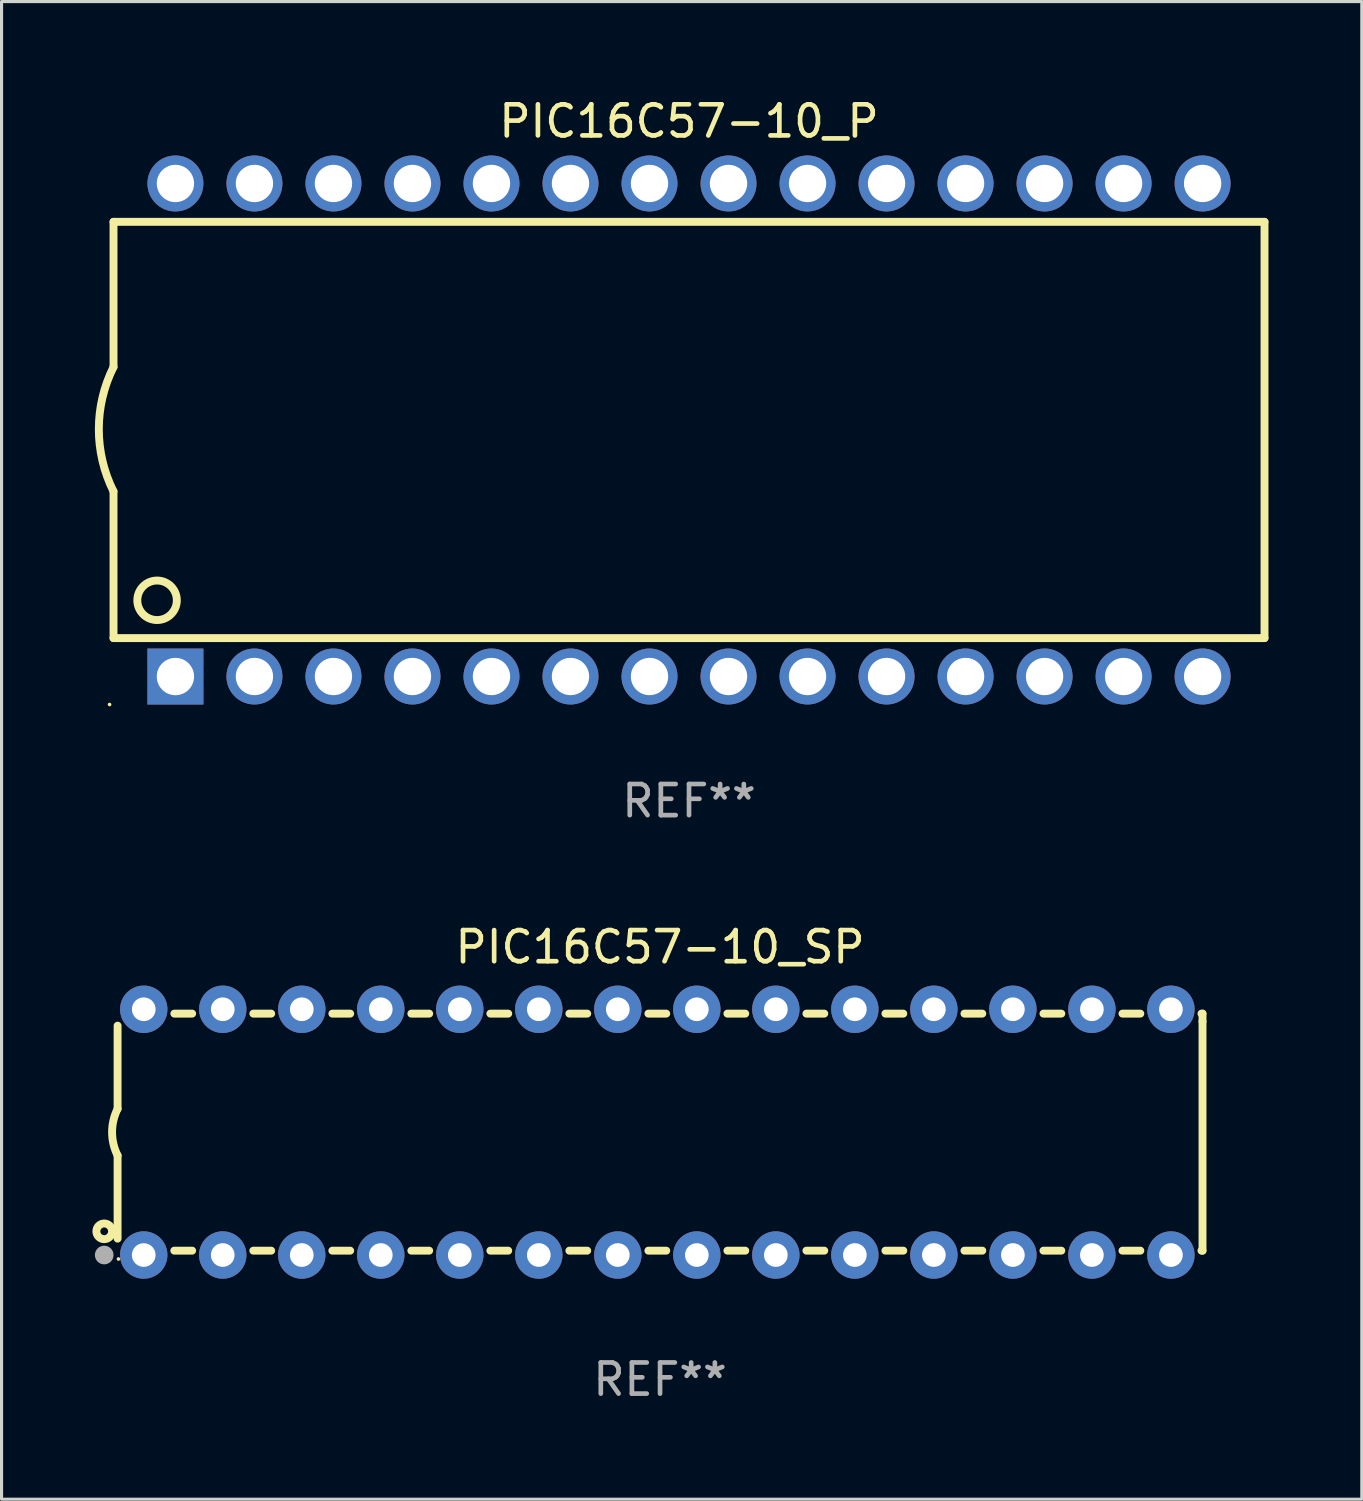
<source format=kicad_pcb>
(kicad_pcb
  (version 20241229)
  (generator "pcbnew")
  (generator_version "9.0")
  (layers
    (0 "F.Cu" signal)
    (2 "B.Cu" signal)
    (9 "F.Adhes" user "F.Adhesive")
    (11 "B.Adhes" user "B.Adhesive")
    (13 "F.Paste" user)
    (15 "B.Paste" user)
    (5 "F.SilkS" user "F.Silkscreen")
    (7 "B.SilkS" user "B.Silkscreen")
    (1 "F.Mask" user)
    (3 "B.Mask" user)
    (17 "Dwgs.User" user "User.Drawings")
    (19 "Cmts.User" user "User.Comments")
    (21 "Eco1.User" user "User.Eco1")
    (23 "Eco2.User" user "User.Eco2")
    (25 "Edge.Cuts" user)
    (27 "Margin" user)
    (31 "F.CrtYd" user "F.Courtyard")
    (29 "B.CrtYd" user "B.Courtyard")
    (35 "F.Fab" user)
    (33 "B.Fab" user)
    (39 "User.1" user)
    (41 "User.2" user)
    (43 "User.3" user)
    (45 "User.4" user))
  (footprint "PIC16C57-10_P"
    (layer "F.Cu")
    (at 19.099 10.773)
    (property "Reference" "PIC16C57-10_P" (at 0 -9.925 0) (layer "F.SilkS") (effects (font (size 1 1) (thickness 0.15))))
    (attr through_hole)
    (fp_line (start -18.5 -6.692) (end -18.5 -2.026) (stroke (width 0.254) (type solid)) (layer "F.SilkS"))
    (fp_line (start -18.5 6.689) (end -18.5 1.974) (stroke (width 0.254) (type solid)) (layer "F.SilkS"))
    (fp_line (start -18.5 6.689) (end 18.5 6.689) (stroke (width 0.254) (type solid)) (layer "F.SilkS"))
    (fp_line (start 18.5 -6.692) (end -18.5 -6.692) (stroke (width 0.254) (type solid)) (layer "F.SilkS"))
    (fp_line (start 18.5 6.689) (end 18.5 -6.692) (stroke (width 0.254) (type solid)) (layer "F.SilkS"))
    (fp_arc (start -18.500051 1.974346) (mid -18.972187 -0.025654) (end -18.500051 -2.025654) (stroke (width 0.254001) (type solid)) (layer "F.SilkS"))
    (fp_circle (center -18.627 8.824) (end -18.597 8.824) (stroke (width 0.06) (type solid)) (fill no) (layer "F.SilkS"))
    (fp_circle (center -17.1 5.474) (end -16.465 5.474) (stroke (width 0.254) (type solid)) (fill no) (layer "F.SilkS"))
    (fp_text user "REF**" (at 0 11.925 0) (layer "F.Fab") (effects (font (size 1 1) (thickness 0.15))))
    (pad "1" thru_hole rect (at -16.51 7.925) (size 1.8 1.8) (drill 1.2) (layers "*.Cu" "*.Mask"))
    (pad "2" thru_hole circle (at -13.97 7.924) (size 1.8 1.8) (drill 1.2) (layers "*.Cu" "*.Mask"))
    (pad "3" thru_hole circle (at -11.43 7.924) (size 1.8 1.8) (drill 1.2) (layers "*.Cu" "*.Mask"))
    (pad "4" thru_hole circle (at -8.89 7.924) (size 1.8 1.8) (drill 1.2) (layers "*.Cu" "*.Mask"))
    (pad "5" thru_hole circle (at -6.35 7.924) (size 1.8 1.8) (drill 1.2) (layers "*.Cu" "*.Mask"))
    (pad "6" thru_hole circle (at -3.81 7.924) (size 1.8 1.8) (drill 1.2) (layers "*.Cu" "*.Mask"))
    (pad "7" thru_hole circle (at -1.27 7.924) (size 1.8 1.8) (drill 1.2) (layers "*.Cu" "*.Mask"))
    (pad "8" thru_hole circle (at 1.27 7.924) (size 1.8 1.8) (drill 1.2) (layers "*.Cu" "*.Mask"))
    (pad "9" thru_hole circle (at 3.81 7.924) (size 1.8 1.8) (drill 1.2) (layers "*.Cu" "*.Mask"))
    (pad "10" thru_hole circle (at 6.35 7.924) (size 1.8 1.8) (drill 1.2) (layers "*.Cu" "*.Mask"))
    (pad "11" thru_hole circle (at 8.89 7.924) (size 1.8 1.8) (drill 1.2) (layers "*.Cu" "*.Mask"))
    (pad "12" thru_hole circle (at 11.43 7.924) (size 1.8 1.8) (drill 1.2) (layers "*.Cu" "*.Mask"))
    (pad "13" thru_hole circle (at 13.97 7.924) (size 1.8 1.8) (drill 1.2) (layers "*.Cu" "*.Mask"))
    (pad "14" thru_hole circle (at 16.51 7.924) (size 1.8 1.8) (drill 1.2) (layers "*.Cu" "*.Mask"))
    (pad "15" thru_hole circle (at 16.51 -7.925) (size 1.8 1.8) (drill 1.2) (layers "*.Cu" "*.Mask"))
    (pad "16" thru_hole circle (at 13.97 -7.925) (size 1.8 1.8) (drill 1.2) (layers "*.Cu" "*.Mask"))
    (pad "17" thru_hole circle (at 11.43 -7.925) (size 1.8 1.8) (drill 1.2) (layers "*.Cu" "*.Mask"))
    (pad "18" thru_hole circle (at 8.89 -7.925) (size 1.8 1.8) (drill 1.2) (layers "*.Cu" "*.Mask"))
    (pad "19" thru_hole circle (at 6.35 -7.925) (size 1.8 1.8) (drill 1.2) (layers "*.Cu" "*.Mask"))
    (pad "20" thru_hole circle (at 3.81 -7.925) (size 1.8 1.8) (drill 1.2) (layers "*.Cu" "*.Mask"))
    (pad "21" thru_hole circle (at 1.27 -7.925) (size 1.8 1.8) (drill 1.2) (layers "*.Cu" "*.Mask"))
    (pad "22" thru_hole circle (at -1.27 -7.925) (size 1.8 1.8) (drill 1.2) (layers "*.Cu" "*.Mask"))
    (pad "23" thru_hole circle (at -3.81 -7.925) (size 1.8 1.8) (drill 1.2) (layers "*.Cu" "*.Mask"))
    (pad "24" thru_hole circle (at -6.35 -7.925) (size 1.8 1.8) (drill 1.2) (layers "*.Cu" "*.Mask"))
    (pad "25" thru_hole circle (at -8.89 -7.925) (size 1.8 1.8) (drill 1.2) (layers "*.Cu" "*.Mask"))
    (pad "26" thru_hole circle (at -11.43 -7.925) (size 1.8 1.8) (drill 1.2) (layers "*.Cu" "*.Mask"))
    (pad "27" thru_hole circle (at -13.97 -7.925) (size 1.8 1.8) (drill 1.2) (layers "*.Cu" "*.Mask"))
    (pad "28" thru_hole circle (at -16.51 -7.925) (size 1.8 1.8) (drill 1.2) (layers "*.Cu" "*.Mask")))
  (footprint "PIC16C57-10_SP"
    (layer "F.Cu")
    (at 18.168 33.344)
    (property "Reference" "PIC16C57-10_SP" (at 0 -5.95 0) (layer "F.SilkS") (effects (font (size 1 1) (thickness 0.15))))
    (attr through_hole)
    (fp_line (start -17.438 0.75) (end -17.438 3.423) (stroke (width 0.254) (type solid)) (layer "F.SilkS"))
    (fp_line (start -17.438 -3.423) (end -17.438 -0.75) (stroke (width 0.254) (type solid)) (layer "F.SilkS"))
    (fp_line (start -15.615 3.81) (end -15.041 3.81) (stroke (width 0.254) (type solid)) (layer "F.SilkS"))
    (fp_line (start -15.041 -3.81) (end -15.614 -3.81) (stroke (width 0.254) (type solid)) (layer "F.SilkS"))
    (fp_line (start -13.075 3.81) (end -12.501 3.81) (stroke (width 0.254) (type solid)) (layer "F.SilkS"))
    (fp_line (start -12.501 -3.81) (end -13.074 -3.81) (stroke (width 0.254) (type solid)) (layer "F.SilkS"))
    (fp_line (start -10.535 3.81) (end -9.961 3.81) (stroke (width 0.254) (type solid)) (layer "F.SilkS"))
    (fp_line (start -9.961 -3.81) (end -10.534 -3.81) (stroke (width 0.254) (type solid)) (layer "F.SilkS"))
    (fp_line (start -7.995 3.81) (end -7.421 3.81) (stroke (width 0.254) (type solid)) (layer "F.SilkS"))
    (fp_line (start -7.421 -3.81) (end -7.995 -3.81) (stroke (width 0.254) (type solid)) (layer "F.SilkS"))
    (fp_line (start -5.455 3.81) (end -4.881 3.81) (stroke (width 0.254) (type solid)) (layer "F.SilkS"))
    (fp_line (start -4.881 -3.81) (end -5.455 -3.81) (stroke (width 0.254) (type solid)) (layer "F.SilkS"))
    (fp_line (start -2.915 3.81) (end -2.341 3.81) (stroke (width 0.254) (type solid)) (layer "F.SilkS"))
    (fp_line (start -2.341 -3.81) (end -2.915 -3.81) (stroke (width 0.254) (type solid)) (layer "F.SilkS"))
    (fp_line (start -0.375 3.81) (end 0.199 3.81) (stroke (width 0.254) (type solid)) (layer "F.SilkS"))
    (fp_line (start 0.199 -3.81) (end -0.375 -3.81) (stroke (width 0.254) (type solid)) (layer "F.SilkS"))
    (fp_line (start 2.165 3.81) (end 2.739 3.81) (stroke (width 0.254) (type solid)) (layer "F.SilkS"))
    (fp_line (start 2.739 -3.81) (end 2.165 -3.81) (stroke (width 0.254) (type solid)) (layer "F.SilkS"))
    (fp_line (start 4.705 3.81) (end 5.279 3.81) (stroke (width 0.254) (type solid)) (layer "F.SilkS"))
    (fp_line (start 5.279 -3.81) (end 4.705 -3.81) (stroke (width 0.254) (type solid)) (layer "F.SilkS"))
    (fp_line (start 7.245 3.81) (end 7.819 3.81) (stroke (width 0.254) (type solid)) (layer "F.SilkS"))
    (fp_line (start 7.819 -3.81) (end 7.245 -3.81) (stroke (width 0.254) (type solid)) (layer "F.SilkS"))
    (fp_line (start 9.785 3.81) (end 10.359 3.81) (stroke (width 0.254) (type solid)) (layer "F.SilkS"))
    (fp_line (start 10.359 -3.81) (end 9.785 -3.81) (stroke (width 0.254) (type solid)) (layer "F.SilkS"))
    (fp_line (start 12.325 3.81) (end 12.899 3.81) (stroke (width 0.254) (type solid)) (layer "F.SilkS"))
    (fp_line (start 12.899 -3.81) (end 12.325 -3.81) (stroke (width 0.254) (type solid)) (layer "F.SilkS"))
    (fp_line (start 14.865 3.81) (end 15.439 3.81) (stroke (width 0.254) (type solid)) (layer "F.SilkS"))
    (fp_line (start 15.439 -3.81) (end 14.865 -3.81) (stroke (width 0.254) (type solid)) (layer "F.SilkS"))
    (fp_line (start 17.405 3.81) (end 17.438 3.81) (stroke (width 0.254) (type solid)) (layer "F.SilkS"))
    (fp_line (start 17.438 -3.81) (end 17.405 -3.81) (stroke (width 0.254) (type solid)) (layer "F.SilkS"))
    (fp_line (start 17.438 -3.556) (end 17.438 -3.81) (stroke (width 0.254) (type solid)) (layer "F.SilkS"))
    (fp_line (start 17.438 3.81) (end 17.438 -3.556) (stroke (width 0.254) (type solid)) (layer "F.SilkS"))
    (fp_arc (start -17.437986 0.749657) (mid -17.614887 -0.000024) (end -17.437783 -0.749657) (stroke (width 0.254001) (type solid)) (layer "F.SilkS"))
    (fp_circle (center -17.868 3.188) (end -17.743 3.188) (stroke (width 0.254) (type solid)) (fill no) (layer "F.SilkS"))
    (fp_circle (center -17.411 4.077) (end -17.381 4.077) (stroke (width 0.06) (type solid)) (fill no) (layer "F.SilkS"))
    (fp_circle (center -17.868 3.95) (end -17.718 3.95) (stroke (width 0.3) (type solid)) (fill no) (layer "F.Fab"))
    (fp_text user "REF**" (at 0 7.95 0) (layer "F.Fab") (effects (font (size 1 1) (thickness 0.15))))
    (pad "1" thru_hole circle (at -16.598 3.95) (size 1.524 1.524) (drill 0.762) (layers "*.Cu" "*.Mask"))
    (pad "2" thru_hole circle (at -14.058 3.95) (size 1.524 1.524) (drill 0.762) (layers "*.Cu" "*.Mask"))
    (pad "3" thru_hole circle (at -11.518 3.95) (size 1.524 1.524) (drill 0.762) (layers "*.Cu" "*.Mask"))
    (pad "4" thru_hole circle (at -8.978 3.95) (size 1.524 1.524) (drill 0.762) (layers "*.Cu" "*.Mask"))
    (pad "5" thru_hole circle (at -6.438 3.95) (size 1.524 1.524) (drill 0.762) (layers "*.Cu" "*.Mask"))
    (pad "6" thru_hole circle (at -3.898 3.95) (size 1.524 1.524) (drill 0.762) (layers "*.Cu" "*.Mask"))
    (pad "7" thru_hole circle (at -1.358 3.95) (size 1.524 1.524) (drill 0.762) (layers "*.Cu" "*.Mask"))
    (pad "8" thru_hole circle (at 1.182 3.95) (size 1.524 1.524) (drill 0.762) (layers "*.Cu" "*.Mask"))
    (pad "9" thru_hole circle (at 3.722 3.95) (size 1.524 1.524) (drill 0.762) (layers "*.Cu" "*.Mask"))
    (pad "10" thru_hole circle (at 6.262 3.95) (size 1.524 1.524) (drill 0.762) (layers "*.Cu" "*.Mask"))
    (pad "11" thru_hole circle (at 8.802 3.95) (size 1.524 1.524) (drill 0.762) (layers "*.Cu" "*.Mask"))
    (pad "12" thru_hole circle (at 11.342 3.95) (size 1.524 1.524) (drill 0.762) (layers "*.Cu" "*.Mask"))
    (pad "13" thru_hole circle (at 13.882 3.95) (size 1.524 1.524) (drill 0.762) (layers "*.Cu" "*.Mask"))
    (pad "14" thru_hole circle (at 16.422 3.95) (size 1.524 1.524) (drill 0.762) (layers "*.Cu" "*.Mask"))
    (pad "15" thru_hole circle (at 16.422 -3.95) (size 1.524 1.524) (drill 0.762) (layers "*.Cu" "*.Mask"))
    (pad "16" thru_hole circle (at 13.882 -3.95) (size 1.524 1.524) (drill 0.762) (layers "*.Cu" "*.Mask"))
    (pad "17" thru_hole circle (at 11.342 -3.95) (size 1.524 1.524) (drill 0.762) (layers "*.Cu" "*.Mask"))
    (pad "18" thru_hole circle (at 8.802 -3.95) (size 1.524 1.524) (drill 0.762) (layers "*.Cu" "*.Mask"))
    (pad "19" thru_hole circle (at 6.262 -3.95) (size 1.524 1.524) (drill 0.762) (layers "*.Cu" "*.Mask"))
    (pad "20" thru_hole circle (at 3.722 -3.95) (size 1.524 1.524) (drill 0.762) (layers "*.Cu" "*.Mask"))
    (pad "21" thru_hole circle (at 1.182 -3.95) (size 1.524 1.524) (drill 0.762) (layers "*.Cu" "*.Mask"))
    (pad "22" thru_hole circle (at -1.358 -3.95) (size 1.524 1.524) (drill 0.762) (layers "*.Cu" "*.Mask"))
    (pad "23" thru_hole circle (at -3.898 -3.95) (size 1.524 1.524) (drill 0.762) (layers "*.Cu" "*.Mask"))
    (pad "24" thru_hole circle (at -6.438 -3.95) (size 1.524 1.524) (drill 0.762) (layers "*.Cu" "*.Mask"))
    (pad "25" thru_hole circle (at -8.978 -3.95) (size 1.524 1.524) (drill 0.762) (layers "*.Cu" "*.Mask"))
    (pad "26" thru_hole circle (at -11.517 -3.95) (size 1.524 1.524) (drill 0.762) (layers "*.Cu" "*.Mask"))
    (pad "27" thru_hole circle (at -14.057 -3.95) (size 1.524 1.524) (drill 0.762) (layers "*.Cu" "*.Mask"))
    (pad "28" thru_hole circle (at -16.597 -3.95) (size 1.524 1.524) (drill 0.762) (layers "*.Cu" "*.Mask")))
  (gr_rect
    (start -3 -3)
    (end 40.726 45.143)
    (stroke (width 0.1) (type default))
    (fill no)
    (layer "Edge.Cuts")))
</source>
